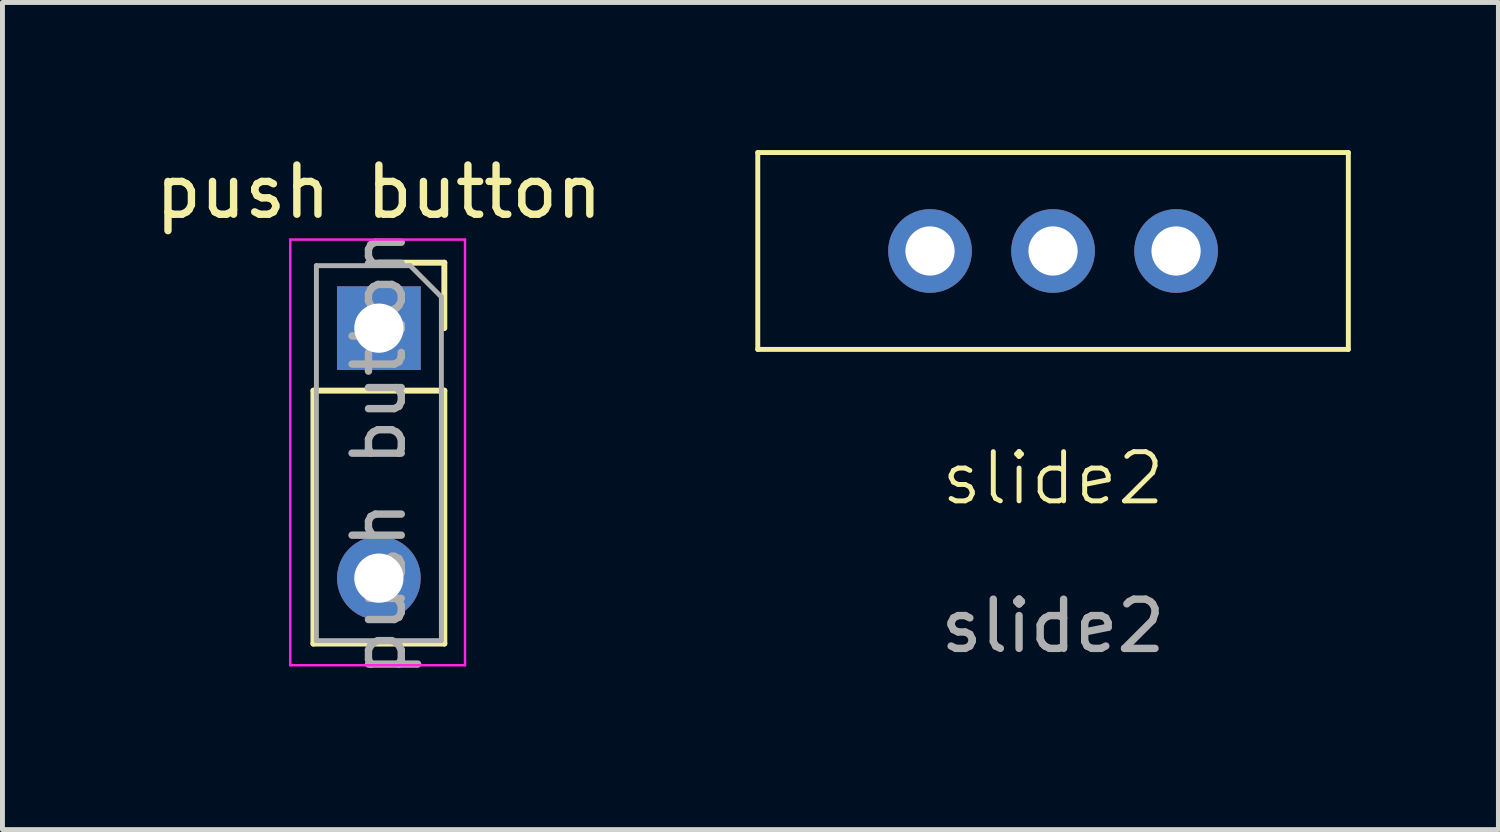
<source format=kicad_pcb>
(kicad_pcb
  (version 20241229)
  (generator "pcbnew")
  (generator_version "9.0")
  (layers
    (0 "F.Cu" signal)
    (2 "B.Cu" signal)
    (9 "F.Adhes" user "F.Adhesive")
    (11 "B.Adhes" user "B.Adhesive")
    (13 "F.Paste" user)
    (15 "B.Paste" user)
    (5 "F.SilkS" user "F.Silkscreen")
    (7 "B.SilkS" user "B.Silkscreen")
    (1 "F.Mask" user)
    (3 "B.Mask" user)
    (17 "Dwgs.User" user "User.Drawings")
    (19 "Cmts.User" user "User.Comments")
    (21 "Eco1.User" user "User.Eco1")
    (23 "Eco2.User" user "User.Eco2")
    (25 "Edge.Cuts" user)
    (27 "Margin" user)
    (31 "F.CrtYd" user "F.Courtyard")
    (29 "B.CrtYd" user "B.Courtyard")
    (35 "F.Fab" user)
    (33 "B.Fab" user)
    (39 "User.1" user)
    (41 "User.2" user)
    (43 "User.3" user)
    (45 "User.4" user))
  (footprint "slide2"
    (layer "F.Cu")
    (at 18.348 2.05)
    (property "Reference" "slide2" (at 0 4.62 0) (unlocked yes) (layer "F.SilkS") (effects (font (size 1 1) (thickness 0.1))))
    (attr through_hole)
    (fp_line (start -6 -2) (end -6 2) (stroke (width 0.1) (type default)) (layer "F.SilkS"))
    (fp_line (start -6 2) (end 6 2) (stroke (width 0.1) (type default)) (layer "F.SilkS"))
    (fp_line (start 6 -2) (end -6 -2) (stroke (width 0.1) (type default)) (layer "F.SilkS"))
    (fp_line (start 6 2) (end 6 -2) (stroke (width 0.1) (type default)) (layer "F.SilkS"))
    (fp_text user "${REFERENCE}" (at 0 7.62 0) (unlocked yes) (layer "F.Fab") (effects (font (size 1 1) (thickness 0.15))))
    (pad "1" thru_hole circle (at -2.5 0) (size 1.7 1.7) (drill 1) (layers "*.Cu" "*.Mask"))
    (pad "2" thru_hole circle (at 0 0) (size 1.7 1.7) (drill 1) (layers "*.Cu" "*.Mask"))
    (pad "3" thru_hole circle (at 2.5 0) (size 1.7 1.7) (drill 1) (layers "*.Cu" "*.Mask")))
  (footprint "push button"
    (layer "F.Cu")
    (at 4.649 3.618)
    (property "Reference" "push button" (at 0 -2.77 0) (layer "F.SilkS") (effects (font (size 1 1) (thickness 0.15))))
    (attr through_hole)
    (fp_line (start -1.33 1.27) (end -1.33 6.41) (stroke (width 0.12) (type solid)) (layer "F.SilkS"))
    (fp_line (start -1.33 1.27) (end 1.33 1.27) (stroke (width 0.12) (type solid)) (layer "F.SilkS"))
    (fp_line (start -1.33 6.41) (end 1.33 6.41) (stroke (width 0.12) (type solid)) (layer "F.SilkS"))
    (fp_line (start 0 -1.33) (end 1.33 -1.33) (stroke (width 0.12) (type solid)) (layer "F.SilkS"))
    (fp_line (start 1.33 -1.33) (end 1.33 0) (stroke (width 0.12) (type solid)) (layer "F.SilkS"))
    (fp_line (start 1.33 1.27) (end 1.33 6.41) (stroke (width 0.12) (type solid)) (layer "F.SilkS"))
    (fp_line (start -1.8 -1.8) (end 1.75 -1.8) (stroke (width 0.05) (type solid)) (layer "F.CrtYd"))
    (fp_line (start -1.8 6.85) (end -1.8 -1.8) (stroke (width 0.05) (type solid)) (layer "F.CrtYd"))
    (fp_line (start 1.75 -1.8) (end 1.75 6.85) (stroke (width 0.05) (type solid)) (layer "F.CrtYd"))
    (fp_line (start 1.75 6.85) (end -1.8 6.85) (stroke (width 0.05) (type solid)) (layer "F.CrtYd"))
    (fp_line (start -1.27 -1.27) (end 0.635 -1.27) (stroke (width 0.1) (type solid)) (layer "F.Fab"))
    (fp_line (start -1.27 6.35) (end -1.27 -1.27) (stroke (width 0.1) (type solid)) (layer "F.Fab"))
    (fp_line (start 0.635 -1.27) (end 1.27 -0.635) (stroke (width 0.1) (type solid)) (layer "F.Fab"))
    (fp_line (start 1.27 -0.635) (end 1.27 6.35) (stroke (width 0.1) (type solid)) (layer "F.Fab"))
    (fp_line (start 1.27 6.35) (end -1.27 6.35) (stroke (width 0.1) (type solid)) (layer "F.Fab"))
    (fp_text user "${REFERENCE}" (at 0 2.54 90) (layer "F.Fab") (effects (font (size 1 1) (thickness 0.15))))
    (pad "1" thru_hole rect (at 0 0) (size 1.7 1.7) (drill 1) (layers "*.Cu" "*.Mask"))
    (pad "2" thru_hole oval (at 0 5.08) (size 1.7 1.7) (drill 1) (layers "*.Cu" "*.Mask")))
  (gr_rect
    (start -3 -3)
    (end 27.398 13.807)
    (stroke (width 0.1) (type default))
    (fill no)
    (layer "Edge.Cuts")))
</source>
